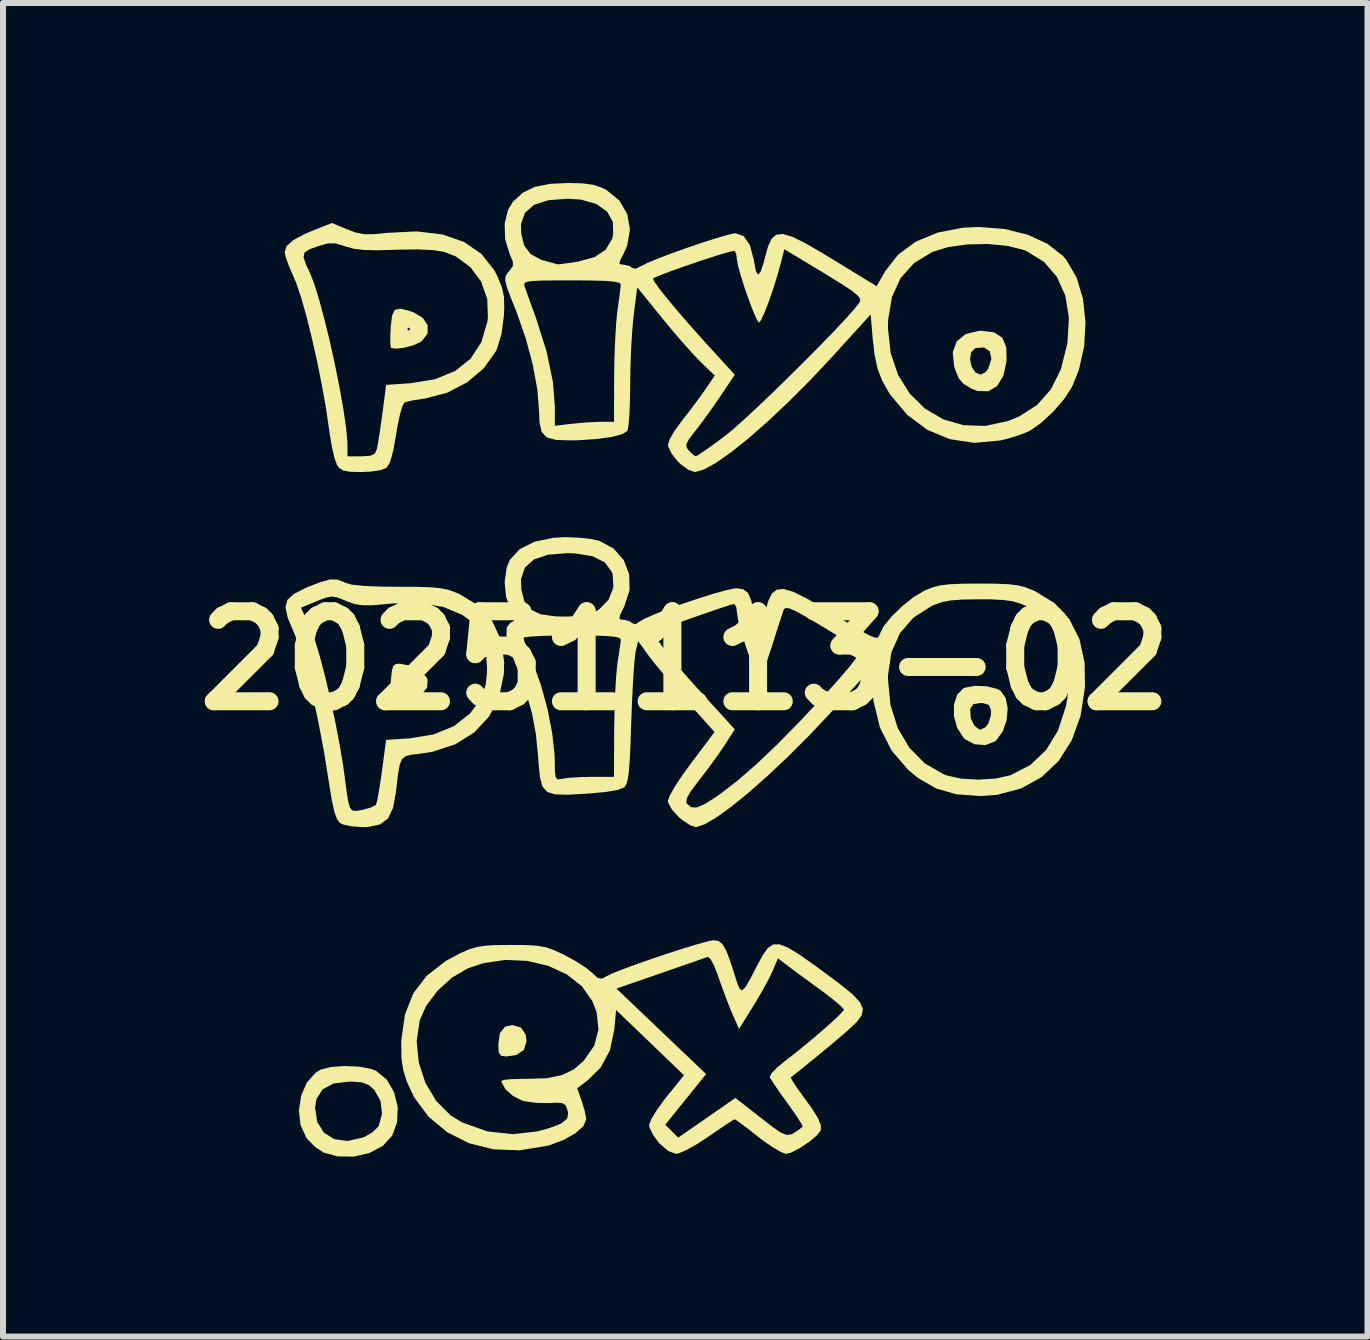
<source format=kicad_pcb>
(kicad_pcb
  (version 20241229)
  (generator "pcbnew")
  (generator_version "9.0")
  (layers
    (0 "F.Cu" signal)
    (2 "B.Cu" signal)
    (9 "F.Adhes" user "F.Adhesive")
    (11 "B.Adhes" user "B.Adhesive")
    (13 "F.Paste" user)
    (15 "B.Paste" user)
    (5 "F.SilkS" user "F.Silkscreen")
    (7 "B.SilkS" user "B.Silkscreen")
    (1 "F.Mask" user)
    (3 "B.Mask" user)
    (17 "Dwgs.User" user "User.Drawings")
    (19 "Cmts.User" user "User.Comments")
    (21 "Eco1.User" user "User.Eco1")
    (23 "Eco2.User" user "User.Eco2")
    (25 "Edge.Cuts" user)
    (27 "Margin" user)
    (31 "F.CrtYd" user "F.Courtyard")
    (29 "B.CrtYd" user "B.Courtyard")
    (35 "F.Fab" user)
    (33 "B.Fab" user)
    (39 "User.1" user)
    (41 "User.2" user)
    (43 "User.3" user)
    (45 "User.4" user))
  (footprint "20251113-02"
    (layer "F.Cu")
    (at 8.371 7.96)
    (property "Reference" "20251113-02" (at 0 0 0) (layer "F.SilkS") (effects (font (size 1.5 1.5) (thickness 0.3))))
    (attr board_only exclude_from_pos_files exclude_from_bom)
    (fp_poly (pts (xy -2.737 6.117) (xy -2.658 6.239) (xy -2.645 6.346) (xy -2.689 6.489) (xy -2.817 6.575) (xy -2.982 6.599) (xy -3.07 6.587) (xy -3.108 6.532) (xy -3.116 6.403) (xy -3.116 6.4) (xy -3.089 6.209) (xy -3.003 6.103) (xy -2.88 6.075)) (stroke (width 0) (type solid)) (fill yes) (layer "F.SilkS"))
    (fp_poly (pts (xy -4.587 0.084) (xy -4.426 0.166) (xy -4.315 0.273) (xy -4.293 0.317) (xy -4.301 0.449) (xy -4.399 0.57) (xy -4.573 0.662) (xy -4.63 0.68) (xy -4.782 0.72) (xy -4.862 0.73) (xy -4.899 0.711) (xy -4.91 0.694) (xy -4.917 0.624) (xy -4.915 0.484) (xy -4.908 0.354) (xy -4.892 0.184) (xy -4.868 0.093) (xy -4.822 0.058) (xy -4.758 0.052)) (stroke (width 0) (type solid)) (fill yes) (layer "F.SilkS"))
    (fp_poly (pts (xy -4.585 -5.824) (xy -4.537 -5.808) (xy -4.376 -5.714) (xy -4.293 -5.588) (xy -4.294 -5.452) (xy -4.385 -5.33) (xy -4.418 -5.306) (xy -4.537 -5.253) (xy -4.682 -5.215) (xy -4.814 -5.198) (xy -4.898 -5.21) (xy -4.907 -5.219) (xy -4.916 -5.292) (xy -4.915 -5.434) (xy -4.91 -5.525) (xy -4.635 -5.525) (xy -4.609 -5.499) (xy -4.582 -5.525) (xy -4.609 -5.551) (xy -4.635 -5.525) (xy -4.91 -5.525) (xy -4.908 -5.564) (xy -4.886 -5.75) (xy -4.84 -5.846) (xy -4.746 -5.866)) (stroke (width 0) (type solid)) (fill yes) (layer "F.SilkS"))
    (fp_poly (pts (xy 5.15 -5.47) (xy 5.286 -5.38) (xy 5.352 -5.218) (xy 5.356 -4.992) (xy 5.303 -4.746) (xy 5.198 -4.575) (xy 5.05 -4.488) (xy 4.87 -4.493) (xy 4.767 -4.534) (xy 4.637 -4.614) (xy 4.557 -4.708) (xy 4.498 -4.855) (xy 4.481 -4.914) (xy 4.47 -5.024) (xy 4.747 -5.024) (xy 4.774 -4.898) (xy 4.84 -4.799) (xy 4.923 -4.766) (xy 5.005 -4.807) (xy 5.052 -4.867) (xy 5.103 -5.03) (xy 5.076 -5.154) (xy 4.982 -5.219) (xy 4.837 -5.209) (xy 4.766 -5.14) (xy 4.747 -5.024) (xy 4.47 -5.024) (xy 4.459 -5.141) (xy 4.526 -5.321) (xy 4.674 -5.443) (xy 4.896 -5.496) (xy 4.936 -5.497)) (stroke (width 0) (type solid)) (fill yes) (layer "F.SilkS"))
    (fp_poly (pts (xy 5.028 0.429) (xy 5.2 0.473) (xy 5.252 0.5) (xy 5.34 0.621) (xy 5.375 0.796) (xy 5.357 0.994) (xy 5.292 1.183) (xy 5.182 1.331) (xy 5.163 1.347) (xy 5.005 1.409) (xy 4.823 1.395) (xy 4.663 1.311) (xy 4.64 1.288) (xy 4.532 1.121) (xy 4.479 0.926) (xy 4.479 0.822) (xy 4.749 0.822) (xy 4.76 0.962) (xy 4.818 1.084) (xy 4.901 1.149) (xy 4.923 1.152) (xy 5.004 1.111) (xy 5.055 1.045) (xy 5.095 0.907) (xy 5.096 0.822) (xy 5.058 0.737) (xy 4.958 0.708) (xy 4.923 0.707) (xy 4.804 0.726) (xy 4.754 0.796) (xy 4.749 0.822) (xy 4.479 0.822) (xy 4.479 0.733) (xy 4.533 0.568) (xy 4.638 0.462) (xy 4.659 0.453) (xy 4.83 0.421)) (stroke (width 0) (type solid)) (fill yes) (layer "F.SilkS"))
    (fp_poly (pts (xy -5.442 6.768) (xy -5.238 6.805) (xy -5.154 6.837) (xy -4.975 6.984) (xy -4.853 7.195) (xy -4.792 7.442) (xy -4.802 7.695) (xy -4.884 7.918) (xy -5.039 8.088) (xy -5.261 8.206) (xy -5.523 8.268) (xy -5.796 8.264) (xy -6.028 8.2) (xy -6.168 8.108) (xy -6.298 7.976) (xy -6.314 7.955) (xy -6.412 7.742) (xy -6.439 7.499) (xy -6.431 7.449) (xy -6.169 7.449) (xy -6.134 7.689) (xy -6.023 7.868) (xy -5.849 7.977) (xy -5.628 8.007) (xy -5.373 7.95) (xy -5.344 7.939) (xy -5.209 7.86) (xy -5.116 7.768) (xy -5.11 7.759) (xy -5.054 7.555) (xy -5.079 7.34) (xy -5.18 7.159) (xy -5.182 7.156) (xy -5.277 7.073) (xy -5.386 7.031) (xy -5.55 7.018) (xy -5.598 7.018) (xy -5.863 7.05) (xy -6.046 7.148) (xy -6.147 7.31) (xy -6.169 7.449) (xy -6.431 7.449) (xy -6.402 7.253) (xy -6.307 7.034) (xy -6.159 6.868) (xy -6.074 6.817) (xy -5.904 6.774) (xy -5.679 6.758)) (stroke (width 0) (type solid)) (fill yes) (layer "F.SilkS"))
    (fp_poly (pts (xy -5.797 -1.35) (xy -5.687 -1.308) (xy -5.666 -1.296) (xy -5.553 -1.265) (xy -5.341 -1.243) (xy -5.028 -1.232) (xy -4.792 -1.23) (xy -4.486 -1.229) (xy -4.261 -1.222) (xy -4.096 -1.208) (xy -3.968 -1.184) (xy -3.853 -1.146) (xy -3.755 -1.105) (xy -3.445 -0.914) (xy -3.217 -0.66) (xy -3.074 -0.347) (xy -3.018 0.02) (xy -3.023 0.225) (xy -3.102 0.603) (xy -3.267 0.929) (xy -3.511 1.194) (xy -3.829 1.394) (xy -4.212 1.52) (xy -4.428 1.554) (xy -4.567 1.569) (xy -4.66 1.593) (xy -4.721 1.643) (xy -4.76 1.739) (xy -4.787 1.899) (xy -4.816 2.14) (xy -4.822 2.197) (xy -4.87 2.458) (xy -4.954 2.632) (xy -5.088 2.732) (xy -5.285 2.773) (xy -5.382 2.776) (xy -5.559 2.763) (xy -5.704 2.732) (xy -5.756 2.707) (xy -5.803 2.646) (xy -5.846 2.528) (xy -5.889 2.336) (xy -5.935 2.058) (xy -5.946 1.987) (xy -6.024 1.501) (xy -6.115 1.024) (xy -6.212 0.573) (xy -6.313 0.169) (xy -6.413 -0.172) (xy -6.506 -0.431) (xy -6.526 -0.476) (xy -6.626 -0.715) (xy -6.661 -0.881) (xy -6.405 -0.881) (xy -6.252 -0.553) (xy -6.18 -0.365) (xy -6.097 -0.094) (xy -6.009 0.237) (xy -5.921 0.609) (xy -5.837 1) (xy -5.762 1.389) (xy -5.701 1.754) (xy -5.679 1.912) (xy -5.645 2.173) (xy -5.617 2.347) (xy -5.588 2.45) (xy -5.55 2.498) (xy -5.493 2.507) (xy -5.409 2.494) (xy -5.381 2.489) (xy -5.246 2.452) (xy -5.161 2.41) (xy -5.154 2.401) (xy -5.134 2.33) (xy -5.106 2.18) (xy -5.074 1.977) (xy -5.054 1.836) (xy -4.986 1.322) (xy -4.6 1.297) (xy -4.194 1.232) (xy -3.856 1.093) (xy -3.59 0.885) (xy -3.462 0.717) (xy -3.372 0.551) (xy -3.324 0.395) (xy -3.305 0.201) (xy -3.303 0.115) (xy -3.328 -0.21) (xy -3.414 -0.462) (xy -3.57 -0.656) (xy -3.72 -0.763) (xy -4.033 -0.894) (xy -4.413 -0.957) (xy -4.866 -0.953) (xy -4.976 -0.943) (xy -5.21 -0.922) (xy -5.374 -0.921) (xy -5.503 -0.94) (xy -5.63 -0.984) (xy -5.657 -0.996) (xy -5.796 -1.051) (xy -5.895 -1.068) (xy -6 -1.046) (xy -6.147 -0.988) (xy -6.405 -0.881) (xy -6.661 -0.881) (xy -6.663 -0.886) (xy -6.631 -1.011) (xy -6.523 -1.111) (xy -6.334 -1.207) (xy -6.299 -1.223) (xy -6.076 -1.31) (xy -5.918 -1.352)) (stroke (width 0) (type solid)) (fill yes) (layer "F.SilkS"))
    (fp_poly (pts (xy -5.634 -7.187) (xy -5.488 -7.133) (xy -5.357 -7.107) (xy -5.201 -7.106) (xy -4.983 -7.127) (xy -4.968 -7.129) (xy -4.473 -7.153) (xy -4.044 -7.102) (xy -3.685 -6.976) (xy -3.397 -6.778) (xy -3.183 -6.507) (xy -3.129 -6.402) (xy -3.057 -6.225) (xy -3.022 -6.069) (xy -3.016 -5.886) (xy -3.023 -5.742) (xy -3.063 -5.439) (xy -3.138 -5.194) (xy -3.157 -5.154) (xy -3.357 -4.872) (xy -3.635 -4.637) (xy -3.967 -4.465) (xy -4.332 -4.368) (xy -4.368 -4.364) (xy -4.53 -4.339) (xy -4.652 -4.31) (xy -4.684 -4.296) (xy -4.718 -4.231) (xy -4.758 -4.087) (xy -4.799 -3.889) (xy -4.819 -3.767) (xy -4.868 -3.492) (xy -4.918 -3.311) (xy -4.974 -3.216) (xy -4.983 -3.209) (xy -5.083 -3.173) (xy -5.249 -3.149) (xy -5.403 -3.142) (xy -5.59 -3.147) (xy -5.703 -3.168) (xy -5.771 -3.214) (xy -5.804 -3.26) (xy -5.843 -3.364) (xy -5.885 -3.54) (xy -5.923 -3.759) (xy -5.937 -3.859) (xy -5.988 -4.21) (xy -6.057 -4.595) (xy -6.137 -4.993) (xy -6.225 -5.383) (xy -6.315 -5.744) (xy -6.403 -6.053) (xy -6.483 -6.291) (xy -6.519 -6.377) (xy -6.598 -6.559) (xy -6.655 -6.712) (xy -6.658 -6.723) (xy -6.362 -6.723) (xy -6.318 -6.594) (xy -6.252 -6.455) (xy -6.181 -6.271) (xy -6.099 -6.005) (xy -6.011 -5.679) (xy -5.922 -5.313) (xy -5.838 -4.931) (xy -5.762 -4.552) (xy -5.699 -4.2) (xy -5.654 -3.895) (xy -5.632 -3.659) (xy -5.63 -3.601) (xy -5.63 -3.404) (xy -5.4 -3.404) (xy -5.251 -3.413) (xy -5.174 -3.449) (xy -5.141 -3.518) (xy -5.121 -3.62) (xy -5.093 -3.795) (xy -5.062 -4.012) (xy -5.048 -4.114) (xy -4.985 -4.595) (xy -4.582 -4.622) (xy -4.171 -4.689) (xy -3.836 -4.826) (xy -3.577 -5.032) (xy -3.398 -5.307) (xy -3.298 -5.648) (xy -3.289 -5.712) (xy -3.3 -6.027) (xy -3.402 -6.316) (xy -3.582 -6.559) (xy -3.828 -6.738) (xy -4.019 -6.812) (xy -4.2 -6.841) (xy -4.465 -6.853) (xy -4.792 -6.849) (xy -4.842 -6.847) (xy -5.141 -6.838) (xy -5.36 -6.844) (xy -5.525 -6.864) (xy -5.66 -6.902) (xy -5.663 -6.903) (xy -5.824 -6.952) (xy -5.956 -6.953) (xy -6.091 -6.916) (xy -6.258 -6.857) (xy -6.345 -6.802) (xy -6.362 -6.723) (xy -6.658 -6.723) (xy -6.677 -6.805) (xy -6.677 -6.806) (xy -6.644 -6.908) (xy -6.536 -7.006) (xy -6.342 -7.11) (xy -6.192 -7.173) (xy -5.89 -7.293)) (stroke (width 0) (type solid)) (fill yes) (layer "F.SilkS"))
    (fp_poly (pts (xy 0.556 4.675) (xy 0.622 4.728) (xy 0.684 4.836) (xy 0.753 5.017) (xy 0.818 5.219) (xy 0.869 5.382) (xy 0.91 5.476) (xy 0.952 5.496) (xy 1.008 5.437) (xy 1.089 5.296) (xy 1.207 5.067) (xy 1.207 5.067) (xy 1.298 4.901) (xy 1.38 4.788) (xy 1.468 4.731) (xy 1.576 4.73) (xy 1.718 4.787) (xy 1.909 4.904) (xy 2.162 5.083) (xy 2.309 5.19) (xy 2.59 5.4) (xy 2.789 5.563) (xy 2.911 5.693) (xy 2.961 5.804) (xy 2.943 5.909) (xy 2.862 6.021) (xy 2.723 6.154) (xy 2.659 6.209) (xy 2.499 6.346) (xy 2.303 6.509) (xy 2.1 6.675) (xy 1.917 6.824) (xy 1.78 6.932) (xy 1.76 6.947) (xy 1.779 6.993) (xy 1.847 7.099) (xy 1.948 7.239) (xy 2.114 7.468) (xy 2.216 7.634) (xy 2.262 7.75) (xy 2.259 7.831) (xy 2.258 7.831) (xy 2.19 7.919) (xy 2.061 8.026) (xy 1.907 8.128) (xy 1.765 8.201) (xy 1.681 8.222) (xy 1.592 8.19) (xy 1.449 8.106) (xy 1.277 7.986) (xy 1.211 7.934) (xy 1.047 7.805) (xy 0.916 7.706) (xy 0.837 7.652) (xy 0.825 7.646) (xy 0.774 7.674) (xy 0.657 7.75) (xy 0.495 7.86) (xy 0.388 7.934) (xy 0.196 8.06) (xy 0.021 8.158) (xy -0.109 8.214) (xy -0.15 8.222) (xy -0.282 8.176) (xy -0.431 8.047) (xy -0.44 8.037) (xy -0.538 7.903) (xy -0.596 7.78) (xy -0.602 7.742) (xy -0.571 7.653) (xy -0.486 7.51) (xy -0.364 7.339) (xy -0.311 7.272) (xy -0.021 6.912) (xy -0.586 6.368) (xy -1.152 5.825) (xy -1.182 6.151) (xy -1.256 6.499) (xy -1.41 6.784) (xy -1.625 6.996) (xy -1.8 7.129) (xy -1.725 7.342) (xy -1.677 7.498) (xy -1.651 7.625) (xy -1.65 7.65) (xy -1.698 7.76) (xy -1.827 7.876) (xy -2.018 7.986) (xy -2.249 8.074) (xy -2.304 8.089) (xy -2.762 8.163) (xy -3.199 8.146) (xy -3.605 8.044) (xy -3.968 7.861) (xy -4.277 7.604) (xy -4.519 7.278) (xy -4.639 7.022) (xy -4.701 6.823) (xy -4.73 6.624) (xy -4.733 6.379) (xy -4.732 6.347) (xy -4.476 6.347) (xy -4.441 6.702) (xy -4.33 7.04) (xy -4.151 7.339) (xy -3.913 7.579) (xy -3.723 7.696) (xy -3.302 7.847) (xy -2.873 7.894) (xy -2.477 7.85) (xy -2.29 7.801) (xy -2.124 7.741) (xy -2.062 7.711) (xy -1.967 7.636) (xy -1.951 7.545) (xy -1.962 7.495) (xy -1.992 7.415) (xy -2.046 7.377) (xy -2.153 7.369) (xy -2.271 7.375) (xy -2.47 7.373) (xy -2.659 7.348) (xy -2.724 7.332) (xy -2.873 7.255) (xy -2.996 7.145) (xy -3.06 7.032) (xy -3.064 7.006) (xy -3.015 6.988) (xy -2.887 6.976) (xy -2.702 6.971) (xy -2.632 6.972) (xy -2.305 6.961) (xy -2.054 6.91) (xy -1.854 6.812) (xy -1.692 6.671) (xy -1.517 6.419) (xy -1.446 6.148) (xy -1.477 5.861) (xy -1.548 5.677) (xy -1.696 5.467) (xy -1.146 5.467) (xy -0.399 6.18) (xy 0.349 6.892) (xy 0.008 7.314) (xy -0.332 7.736) (xy -0.225 7.843) (xy -0.117 7.951) (xy 0.36 7.621) (xy 0.836 7.29) (xy 1.262 7.622) (xy 1.458 7.774) (xy 1.593 7.867) (xy 1.691 7.906) (xy 1.774 7.896) (xy 1.865 7.841) (xy 1.958 7.77) (xy 1.939 7.723) (xy 1.869 7.613) (xy 1.763 7.459) (xy 1.705 7.379) (xy 1.58 7.204) (xy 1.479 7.057) (xy 1.418 6.962) (xy 1.409 6.944) (xy 1.435 6.884) (xy 1.528 6.786) (xy 1.661 6.676) (xy 1.865 6.517) (xy 2.074 6.346) (xy 2.272 6.178) (xy 2.443 6.027) (xy 2.57 5.907) (xy 2.638 5.832) (xy 2.645 5.817) (xy 2.605 5.769) (xy 2.499 5.677) (xy 2.346 5.557) (xy 2.265 5.497) (xy 2.07 5.355) (xy 1.885 5.219) (xy 1.744 5.114) (xy 1.715 5.092) (xy 1.545 4.963) (xy 1.461 5.165) (xy 1.393 5.307) (xy 1.288 5.499) (xy 1.166 5.707) (xy 1.137 5.754) (xy 0.897 6.141) (xy 0.784 5.884) (xy 0.707 5.695) (xy 0.619 5.461) (xy 0.553 5.272) (xy 0.482 5.087) (xy 0.42 4.971) (xy 0.374 4.939) (xy 0.306 4.963) (xy 0.157 5.016) (xy -0.052 5.088) (xy -0.303 5.175) (xy -0.416 5.215) (xy -1.146 5.467) (xy -1.696 5.467) (xy -1.723 5.428) (xy -1.975 5.23) (xy -2.283 5.088) (xy -2.63 5.006) (xy -2.996 4.989) (xy -3.363 5.043) (xy -3.628 5.132) (xy -3.892 5.288) (xy -4.131 5.506) (xy -4.319 5.757) (xy -4.425 5.995) (xy -4.476 6.347) (xy -4.732 6.347) (xy -4.73 6.311) (xy -4.671 5.897) (xy -4.532 5.546) (xy -4.307 5.252) (xy -3.991 5.007) (xy -3.751 4.878) (xy -3.602 4.813) (xy -3.464 4.773) (xy -3.308 4.75) (xy -3.1 4.741) (xy -2.905 4.74) (xy -2.65 4.742) (xy -2.468 4.753) (xy -2.325 4.778) (xy -2.191 4.825) (xy -2.033 4.898) (xy -2.013 4.908) (xy -1.823 5.011) (xy -1.656 5.119) (xy -1.55 5.206) (xy -1.459 5.29) (xy -1.389 5.302) (xy -1.316 5.264) (xy -1.219 5.216) (xy -1.045 5.147) (xy -0.818 5.063) (xy -0.558 4.972) (xy -0.287 4.881) (xy -0.027 4.797) (xy 0.201 4.728) (xy 0.375 4.68) (xy 0.474 4.661) (xy 0.476 4.661)) (stroke (width 0) (type solid)) (fill yes) (layer "F.SilkS"))
    (fp_poly (pts (xy -1.702 -7.953) (xy -1.527 -7.929) (xy -1.387 -7.881) (xy -1.309 -7.841) (xy -1.097 -7.667) (xy -0.966 -7.441) (xy -0.921 -7.183) (xy -0.968 -6.914) (xy -1.021 -6.794) (xy -1.084 -6.672) (xy -1.098 -6.615) (xy -1.062 -6.6) (xy -1.024 -6.599) (xy -0.924 -6.575) (xy -0.891 -6.547) (xy -0.826 -6.531) (xy -0.743 -6.571) (xy -0.638 -6.624) (xy -0.461 -6.698) (xy -0.235 -6.784) (xy 0.018 -6.875) (xy 0.273 -6.962) (xy 0.507 -7.037) (xy 0.697 -7.093) (xy 0.82 -7.121) (xy 0.84 -7.122) (xy 0.976 -7.073) (xy 1.077 -6.926) (xy 1.143 -6.68) (xy 1.151 -6.632) (xy 1.181 -6.481) (xy 1.216 -6.43) (xy 1.257 -6.481) (xy 1.308 -6.634) (xy 1.332 -6.729) (xy 1.382 -6.907) (xy 1.44 -7.031) (xy 1.518 -7.098) (xy 1.627 -7.11) (xy 1.781 -7.065) (xy 1.99 -6.963) (xy 2.267 -6.804) (xy 2.469 -6.681) (xy 3.19 -6.24) (xy 3.334 -6.491) (xy 3.551 -6.768) (xy 3.846 -6.984) (xy 4.21 -7.134) (xy 4.632 -7.215) (xy 4.897 -7.227) (xy 5.322 -7.194) (xy 5.708 -7.098) (xy 6.038 -6.946) (xy 6.295 -6.745) (xy 6.354 -6.676) (xy 6.524 -6.383) (xy 6.63 -6.029) (xy 6.672 -5.638) (xy 6.649 -5.234) (xy 6.56 -4.84) (xy 6.444 -4.556) (xy 6.315 -4.358) (xy 6.133 -4.148) (xy 5.931 -3.96) (xy 5.742 -3.829) (xy 5.735 -3.825) (xy 5.578 -3.761) (xy 5.373 -3.698) (xy 5.243 -3.667) (xy 4.816 -3.629) (xy 4.41 -3.69) (xy 4.035 -3.846) (xy 3.702 -4.094) (xy 3.421 -4.427) (xy 3.391 -4.473) (xy 3.28 -4.671) (xy 3.205 -4.868) (xy 3.156 -5.1) (xy 3.123 -5.385) (xy 3.11 -5.541) (xy 3.379 -5.541) (xy 3.424 -5.125) (xy 3.549 -4.758) (xy 3.745 -4.446) (xy 3.999 -4.198) (xy 4.301 -4.021) (xy 4.639 -3.923) (xy 5.003 -3.911) (xy 5.381 -3.993) (xy 5.562 -4.066) (xy 5.863 -4.259) (xy 6.096 -4.521) (xy 6.262 -4.858) (xy 6.367 -5.277) (xy 6.371 -5.302) (xy 6.395 -5.715) (xy 6.335 -6.082) (xy 6.196 -6.394) (xy 5.981 -6.644) (xy 5.694 -6.822) (xy 5.642 -6.844) (xy 5.372 -6.912) (xy 5.047 -6.943) (xy 4.704 -6.936) (xy 4.382 -6.892) (xy 4.122 -6.812) (xy 3.815 -6.626) (xy 3.59 -6.376) (xy 3.446 -6.061) (xy 3.382 -5.679) (xy 3.379 -5.541) (xy 3.11 -5.541) (xy 3.09 -5.768) (xy 2.461 -5.076) (xy 2.096 -4.686) (xy 1.734 -4.323) (xy 1.386 -3.995) (xy 1.061 -3.709) (xy 0.766 -3.473) (xy 0.513 -3.295) (xy 0.308 -3.183) (xy 0.161 -3.142) (xy 0.159 -3.142) (xy 0.056 -3.178) (xy -0.072 -3.269) (xy -0.121 -3.315) (xy -0.223 -3.443) (xy -0.282 -3.563) (xy -0.288 -3.598) (xy -0.256 -3.694) (xy -0.173 -3.836) (xy -0.062 -3.988) (xy 0.087 -4.179) (xy 0.237 -4.381) (xy 0.328 -4.509) (xy 0.492 -4.75) (xy 0.254 -4.98) (xy 0.124 -5.116) (xy -0.047 -5.307) (xy -0.235 -5.526) (xy -0.391 -5.716) (xy -0.8 -6.22) (xy -0.858 -5.765) (xy -0.881 -5.528) (xy -0.9 -5.226) (xy -0.913 -4.9) (xy -0.917 -4.605) (xy -0.921 -4.339) (xy -0.93 -4.108) (xy -0.944 -3.933) (xy -0.961 -3.836) (xy -0.965 -3.827) (xy -1.051 -3.773) (xy -1.225 -3.727) (xy -1.471 -3.693) (xy -1.771 -3.673) (xy -1.921 -3.67) (xy -2.157 -3.678) (xy -2.309 -3.72) (xy -2.393 -3.812) (xy -2.43 -3.973) (xy -2.436 -4.154) (xy -2.464 -4.512) (xy -2.54 -4.927) (xy -2.657 -5.367) (xy -2.808 -5.8) (xy -2.823 -5.839) (xy -2.917 -6.073) (xy -2.975 -6.232) (xy -2.981 -6.257) (xy -2.683 -6.257) (xy -2.68 -6.245) (xy -2.649 -6.157) (xy -2.592 -5.998) (xy -2.52 -5.798) (xy -2.487 -5.708) (xy -2.31 -5.149) (xy -2.204 -4.639) (xy -2.173 -4.231) (xy -2.173 -3.913) (xy -1.898 -3.946) (xy -1.688 -3.966) (xy -1.478 -3.978) (xy -1.405 -3.98) (xy -1.187 -3.98) (xy -1.185 -4.726) (xy -1.18 -5.034) (xy -1.168 -5.341) (xy -1.152 -5.613) (xy -1.132 -5.818) (xy -1.129 -5.839) (xy -1.102 -6.031) (xy -1.083 -6.186) (xy -1.075 -6.27) (xy -1.075 -6.271) (xy -1.101 -6.298) (xy -1.187 -6.316) (xy -1.345 -6.329) (xy -1.587 -6.335) (xy -1.891 -6.337) (xy -2.201 -6.336) (xy -2.42 -6.333) (xy -2.563 -6.325) (xy -2.645 -6.31) (xy -2.68 -6.289) (xy -2.683 -6.257) (xy -2.981 -6.257) (xy -3 -6.335) (xy -2.998 -6.367) (xy -0.537 -6.367) (xy -0.516 -6.318) (xy -0.434 -6.202) (xy -0.3 -6.034) (xy -0.124 -5.823) (xy 0.085 -5.581) (xy 0.318 -5.321) (xy 0.383 -5.249) (xy 0.826 -4.764) (xy 0.59 -4.411) (xy 0.447 -4.204) (xy 0.297 -3.996) (xy 0.17 -3.829) (xy 0.166 -3.825) (xy 0.062 -3.689) (xy 0.018 -3.606) (xy 0.025 -3.547) (xy 0.063 -3.497) (xy 0.14 -3.425) (xy 0.178 -3.404) (xy 0.23 -3.434) (xy 0.347 -3.514) (xy 0.511 -3.631) (xy 0.663 -3.745) (xy 0.802 -3.858) (xy 0.991 -4.027) (xy 1.218 -4.238) (xy 1.47 -4.478) (xy 1.735 -4.737) (xy 2.001 -5.001) (xy 2.255 -5.257) (xy 2.485 -5.495) (xy 2.677 -5.7) (xy 2.821 -5.862) (xy 2.903 -5.966) (xy 2.911 -5.98) (xy 2.917 -6.023) (xy 2.883 -6.076) (xy 2.798 -6.149) (xy 2.649 -6.25) (xy 2.425 -6.389) (xy 2.306 -6.462) (xy 1.652 -6.856) (xy 1.596 -6.636) (xy 1.536 -6.419) (xy 1.466 -6.194) (xy 1.392 -5.981) (xy 1.323 -5.803) (xy 1.266 -5.679) (xy 1.23 -5.631) (xy 1.227 -5.632) (xy 1.188 -5.694) (xy 1.129 -5.83) (xy 1.06 -6.013) (xy 0.989 -6.215) (xy 0.927 -6.411) (xy 0.882 -6.573) (xy 0.864 -6.675) (xy 0.864 -6.677) (xy 0.848 -6.784) (xy 0.821 -6.828) (xy 0.763 -6.819) (xy 0.63 -6.782) (xy 0.442 -6.724) (xy 0.225 -6.652) (xy -0.001 -6.575) (xy -0.213 -6.5) (xy -0.388 -6.434) (xy -0.504 -6.386) (xy -0.537 -6.367) (xy -2.998 -6.367) (xy -2.995 -6.403) (xy -2.964 -6.457) (xy -2.926 -6.501) (xy -2.874 -6.573) (xy -2.872 -6.645) (xy -2.92 -6.763) (xy -2.926 -6.775) (xy -3.002 -7.024) (xy -3.009 -7.277) (xy -2.737 -7.277) (xy -2.733 -7.107) (xy -2.682 -6.915) (xy -2.578 -6.777) (xy -2.403 -6.68) (xy -2.143 -6.609) (xy -2.121 -6.604) (xy -2.059 -6.61) (xy -1.926 -6.628) (xy -1.785 -6.65) (xy -1.51 -6.725) (xy -1.324 -6.849) (xy -1.219 -7.028) (xy -1.201 -7.099) (xy -1.206 -7.311) (xy -1.302 -7.483) (xy -1.481 -7.609) (xy -1.734 -7.682) (xy -1.953 -7.698) (xy -2.281 -7.673) (xy -2.519 -7.596) (xy -2.671 -7.464) (xy -2.737 -7.277) (xy -3.009 -7.277) (xy -3.01 -7.282) (xy -2.952 -7.516) (xy -2.874 -7.644) (xy -2.711 -7.796) (xy -2.511 -7.894) (xy -2.252 -7.946) (xy -1.944 -7.96)) (stroke (width 0) (type solid)) (fill yes) (layer "F.SilkS"))
    (fp_poly (pts (xy -1.781 -2.049) (xy -1.575 -2.027) (xy -1.436 -1.997) (xy -1.195 -1.869) (xy -1.026 -1.676) (xy -0.934 -1.438) (xy -0.928 -1.174) (xy -1.015 -0.903) (xy -1.017 -0.9) (xy -1.082 -0.767) (xy -1.099 -0.703) (xy -1.071 -0.683) (xy -1.025 -0.681) (xy -0.924 -0.655) (xy -0.888 -0.625) (xy -0.828 -0.606) (xy -0.767 -0.646) (xy -0.675 -0.699) (xy -0.506 -0.773) (xy -0.283 -0.86) (xy -0.029 -0.951) (xy 0.232 -1.039) (xy 0.477 -1.116) (xy 0.682 -1.173) (xy 0.824 -1.202) (xy 0.854 -1.205) (xy 0.968 -1.188) (xy 1.047 -1.126) (xy 1.101 -1.001) (xy 1.142 -0.795) (xy 1.153 -0.714) (xy 1.182 -0.562) (xy 1.216 -0.512) (xy 1.258 -0.563) (xy 1.308 -0.717) (xy 1.332 -0.811) (xy 1.383 -0.991) (xy 1.443 -1.115) (xy 1.525 -1.182) (xy 1.639 -1.193) (xy 1.797 -1.147) (xy 2.012 -1.042) (xy 2.295 -0.88) (xy 2.489 -0.762) (xy 2.757 -0.599) (xy 2.95 -0.484) (xy 3.081 -0.414) (xy 3.162 -0.382) (xy 3.208 -0.382) (xy 3.231 -0.409) (xy 3.242 -0.443) (xy 3.31 -0.576) (xy 3.444 -0.739) (xy 3.618 -0.907) (xy 3.808 -1.058) (xy 3.988 -1.166) (xy 3.995 -1.169) (xy 4.116 -1.218) (xy 4.243 -1.252) (xy 4.398 -1.271) (xy 4.609 -1.281) (xy 4.897 -1.283) (xy 5.183 -1.281) (xy 5.391 -1.272) (xy 5.546 -1.253) (xy 5.675 -1.22) (xy 5.803 -1.169) (xy 5.828 -1.158) (xy 6.155 -0.958) (xy 6.403 -0.69) (xy 6.571 -0.357) (xy 6.657 0.038) (xy 6.663 0.442) (xy 6.591 0.917) (xy 6.442 1.33) (xy 6.224 1.673) (xy 5.94 1.943) (xy 5.596 2.133) (xy 5.197 2.238) (xy 4.922 2.258) (xy 4.523 2.229) (xy 4.185 2.133) (xy 3.883 1.959) (xy 3.717 1.822) (xy 3.439 1.499) (xy 3.245 1.115) (xy 3.137 0.671) (xy 3.122 0.534) (xy 3.104 0.31) (xy 3.379 0.31) (xy 3.421 0.739) (xy 3.542 1.124) (xy 3.735 1.452) (xy 3.992 1.713) (xy 4.307 1.895) (xy 4.36 1.915) (xy 4.6 1.968) (xy 4.889 1.985) (xy 5.179 1.966) (xy 5.419 1.912) (xy 5.749 1.743) (xy 6.015 1.492) (xy 6.215 1.163) (xy 6.345 0.761) (xy 6.368 0.64) (xy 6.401 0.215) (xy 6.35 -0.155) (xy 6.217 -0.467) (xy 6.005 -0.715) (xy 5.744 -0.882) (xy 5.594 -0.947) (xy 5.456 -0.988) (xy 5.3 -1.01) (xy 5.093 -1.02) (xy 4.897 -1.021) (xy 4.622 -1.017) (xy 4.422 -1.002) (xy 4.27 -0.972) (xy 4.135 -0.922) (xy 4.111 -0.912) (xy 3.804 -0.716) (xy 3.578 -0.456) (xy 3.436 -0.135) (xy 3.38 0.245) (xy 3.379 0.31) (xy 3.104 0.31) (xy 3.09 0.144) (xy 2.411 0.883) (xy 2.061 1.254) (xy 1.712 1.602) (xy 1.375 1.92) (xy 1.058 2.2) (xy 0.771 2.433) (xy 0.523 2.612) (xy 0.324 2.729) (xy 0.183 2.775) (xy 0.172 2.776) (xy 0.081 2.743) (xy -0.046 2.66) (xy -0.103 2.613) (xy -0.221 2.485) (xy -0.284 2.366) (xy -0.288 2.335) (xy -0.258 2.251) (xy -0.175 2.104) (xy -0.052 1.917) (xy 0.099 1.708) (xy 0.101 1.706) (xy 0.489 1.191) (xy 0.025 0.674) (xy -0.168 0.455) (xy -0.351 0.24) (xy -0.505 0.053) (xy -0.61 -0.081) (xy -0.612 -0.084) (xy -0.785 -0.325) (xy -0.827 -0.149) (xy -0.841 -0.042) (xy -0.857 0.15) (xy -0.873 0.406) (xy -0.888 0.708) (xy -0.9 1.033) (xy -0.912 1.393) (xy -0.925 1.663) (xy -0.94 1.855) (xy -0.959 1.985) (xy -0.982 2.065) (xy -1.012 2.11) (xy -1.015 2.113) (xy -1.119 2.155) (xy -1.322 2.19) (xy -1.618 2.217) (xy -1.679 2.221) (xy -1.968 2.236) (xy -2.169 2.23) (xy -2.301 2.189) (xy -2.379 2.1) (xy -2.421 1.948) (xy -2.444 1.72) (xy -2.452 1.597) (xy -2.489 1.225) (xy -2.554 0.879) (xy -2.656 0.522) (xy -2.804 0.119) (xy -2.835 0.043) (xy -2.935 -0.229) (xy -2.97 -0.379) (xy -2.697 -0.379) (xy -2.678 -0.314) (xy -2.628 -0.18) (xy -2.556 -0.002) (xy -2.537 0.042) (xy -2.405 0.407) (xy -2.295 0.81) (xy -2.217 1.211) (xy -2.177 1.571) (xy -2.175 1.669) (xy -2.172 1.849) (xy -2.159 1.945) (xy -2.128 1.98) (xy -2.071 1.975) (xy -2.056 1.971) (xy -1.945 1.955) (xy -1.768 1.943) (xy -1.563 1.938) (xy -1.188 1.938) (xy -1.184 1.139) (xy -1.178 0.83) (xy -1.167 0.53) (xy -1.152 0.268) (xy -1.133 0.072) (xy -1.127 0.026) (xy -1.099 -0.152) (xy -1.079 -0.293) (xy -1.074 -0.354) (xy -1.1 -0.38) (xy -1.188 -0.399) (xy -1.347 -0.411) (xy -1.589 -0.417) (xy -1.885 -0.419) (xy -2.164 -0.417) (xy -2.401 -0.41) (xy -2.579 -0.4) (xy -2.68 -0.387) (xy -2.697 -0.379) (xy -2.97 -0.379) (xy -2.981 -0.424) (xy -2.98 -0.443) (xy -0.503 -0.443) (xy -0.443 -0.321) (xy -0.31 -0.134) (xy -0.106 0.116) (xy 0.168 0.424) (xy 0.178 0.436) (xy 0.352 0.626) (xy 0.513 0.803) (xy 0.64 0.941) (xy 0.698 1.005) (xy 0.826 1.147) (xy 0.656 1.412) (xy 0.533 1.592) (xy 0.378 1.805) (xy 0.229 1.998) (xy 0.098 2.171) (xy 0.03 2.286) (xy 0.017 2.358) (xy 0.032 2.39) (xy 0.101 2.445) (xy 0.188 2.45) (xy 0.311 2.4) (xy 0.489 2.289) (xy 0.593 2.216) (xy 0.877 1.997) (xy 1.191 1.724) (xy 1.541 1.39) (xy 1.938 0.985) (xy 2.341 0.555) (xy 2.57 0.3) (xy 2.747 0.092) (xy 2.864 -0.06) (xy 2.915 -0.15) (xy 2.915 -0.17) (xy 2.854 -0.214) (xy 2.721 -0.3) (xy 2.535 -0.416) (xy 2.315 -0.551) (xy 2.271 -0.577) (xy 2.026 -0.722) (xy 1.855 -0.817) (xy 1.744 -0.867) (xy 1.679 -0.879) (xy 1.647 -0.858) (xy 1.642 -0.847) (xy 1.613 -0.763) (xy 1.561 -0.603) (xy 1.494 -0.394) (xy 1.44 -0.223) (xy 1.368 -0.008) (xy 1.303 0.161) (xy 1.254 0.265) (xy 1.23 0.288) (xy 1.187 0.223) (xy 1.127 0.084) (xy 1.056 -0.103) (xy 0.986 -0.31) (xy 0.924 -0.511) (xy 0.881 -0.68) (xy 0.864 -0.788) (xy 0.85 -0.897) (xy 0.816 -0.943) (xy 0.771 -0.933) (xy 0.668 -0.901) (xy 0.501 -0.845) (xy 0.26 -0.761) (xy -0.063 -0.648) (xy -0.476 -0.501) (xy -0.488 -0.497) (xy -0.503 -0.443) (xy -2.98 -0.443) (xy -2.974 -0.554) (xy -2.914 -0.631) (xy -2.878 -0.648) (xy -2.836 -0.682) (xy -2.85 -0.748) (xy -2.906 -0.849) (xy -2.986 -1.061) (xy -3.01 -1.311) (xy -3.003 -1.357) (xy -2.737 -1.357) (xy -2.732 -1.184) (xy -2.681 -0.987) (xy -2.579 -0.852) (xy -2.413 -0.772) (xy -2.167 -0.737) (xy -2.021 -0.733) (xy -1.793 -0.739) (xy -1.636 -0.76) (xy -1.515 -0.805) (xy -1.435 -0.853) (xy -1.277 -1.014) (xy -1.198 -1.218) (xy -1.209 -1.433) (xy -1.224 -1.477) (xy -1.34 -1.636) (xy -1.544 -1.739) (xy -1.836 -1.786) (xy -1.964 -1.79) (xy -2.288 -1.764) (xy -2.524 -1.684) (xy -2.673 -1.549) (xy -2.737 -1.357) (xy -3.003 -1.357) (xy -2.976 -1.551) (xy -2.921 -1.682) (xy -2.758 -1.857) (xy -2.514 -1.98) (xy -2.199 -2.046) (xy -2 -2.057)) (stroke (width 0) (type solid)) (fill yes) (layer "F.SilkS")))
  (gr_rect
    (start -3 -3)
    (end 19.743 19.227)
    (stroke (width 0.1) (type default))
    (fill no)
    (layer "Edge.Cuts")))
</source>
